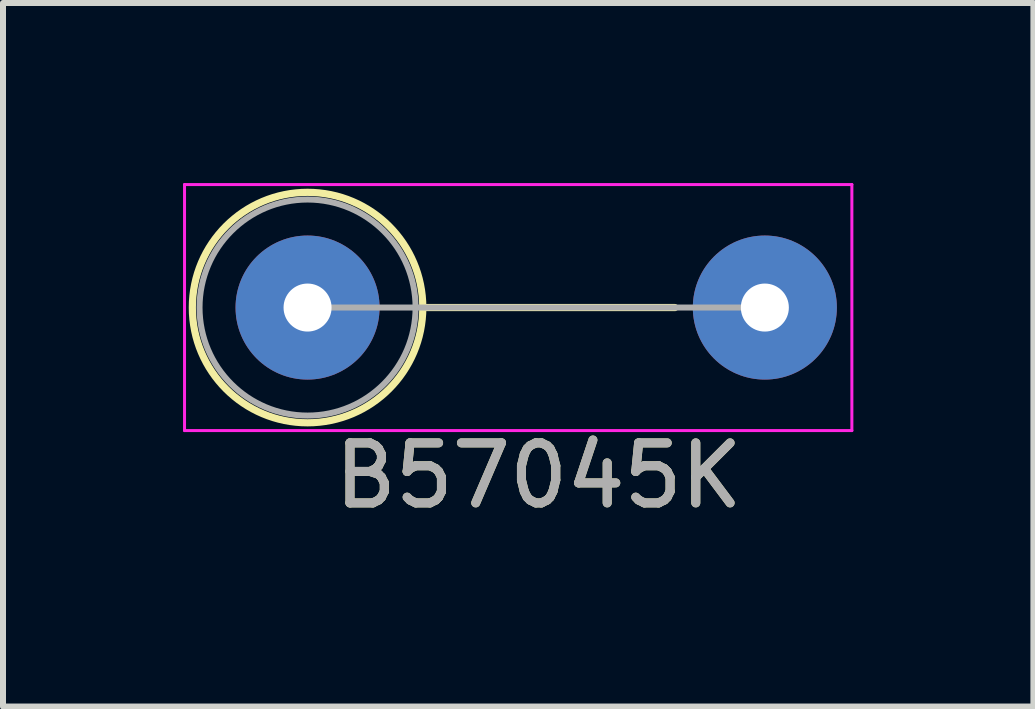
<source format=kicad_pcb>
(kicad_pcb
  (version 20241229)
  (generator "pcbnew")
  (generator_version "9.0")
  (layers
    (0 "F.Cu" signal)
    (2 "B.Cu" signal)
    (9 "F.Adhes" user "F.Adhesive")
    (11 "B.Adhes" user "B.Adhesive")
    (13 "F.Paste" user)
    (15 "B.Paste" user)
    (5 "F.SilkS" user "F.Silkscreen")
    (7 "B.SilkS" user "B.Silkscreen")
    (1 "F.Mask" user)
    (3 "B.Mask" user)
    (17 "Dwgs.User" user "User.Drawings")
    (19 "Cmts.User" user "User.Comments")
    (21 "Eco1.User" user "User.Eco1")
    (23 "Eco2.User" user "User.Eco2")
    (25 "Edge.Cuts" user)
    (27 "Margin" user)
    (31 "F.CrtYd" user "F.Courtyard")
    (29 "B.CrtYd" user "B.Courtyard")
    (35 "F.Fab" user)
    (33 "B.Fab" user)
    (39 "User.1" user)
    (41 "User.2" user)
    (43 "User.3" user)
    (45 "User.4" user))
  (footprint "B57045K"
    (layer "F.Cu")
    (at 2.075 2.075)
    (property "Reference" "B57045K" (at 3.85 2.8 0) (layer "F.SilkS") (effects (font (size 1 1) (thickness 0.15))))
    (attr through_hole)
    (fp_line (start 1.92 0) (end 6.12 0) (stroke (width 0.12) (type solid)) (layer "F.SilkS"))
    (fp_circle (center 0 0) (end 1.92 0) (stroke (width 0.12) (type solid)) (fill no) (layer "F.SilkS"))
    (fp_line (start -2.05 -2.05) (end -2.05 2.05) (stroke (width 0.05) (type solid)) (layer "F.CrtYd"))
    (fp_line (start -2.05 2.05) (end 9.07 2.05) (stroke (width 0.05) (type solid)) (layer "F.CrtYd"))
    (fp_line (start 9.07 -2.05) (end -2.05 -2.05) (stroke (width 0.05) (type solid)) (layer "F.CrtYd"))
    (fp_line (start 9.07 2.05) (end 9.07 -2.05) (stroke (width 0.05) (type solid)) (layer "F.CrtYd"))
    (fp_line (start 0 0) (end 7.62 0) (stroke (width 0.1) (type solid)) (layer "F.Fab"))
    (fp_circle (center 0 0) (end 1.8 0) (stroke (width 0.1) (type solid)) (fill no) (layer "F.Fab"))
    (fp_text user "${REFERENCE}" (at 3.85 2.8 0) (layer "F.Fab") (effects (font (size 1 1) (thickness 0.15))))
    (pad "1" thru_hole circle (at 0 0) (size 2.4 2.4) (drill 0.8) (layers "*.Cu" "*.Mask"))
    (pad "2" thru_hole oval (at 7.62 0) (size 2.4 2.4) (drill 0.8) (layers "*.Cu" "*.Mask")))
  (gr_rect
    (start -3 -3)
    (end 14.17 8.723)
    (stroke (width 0.1) (type default))
    (fill no)
    (layer "Edge.Cuts")))
</source>
